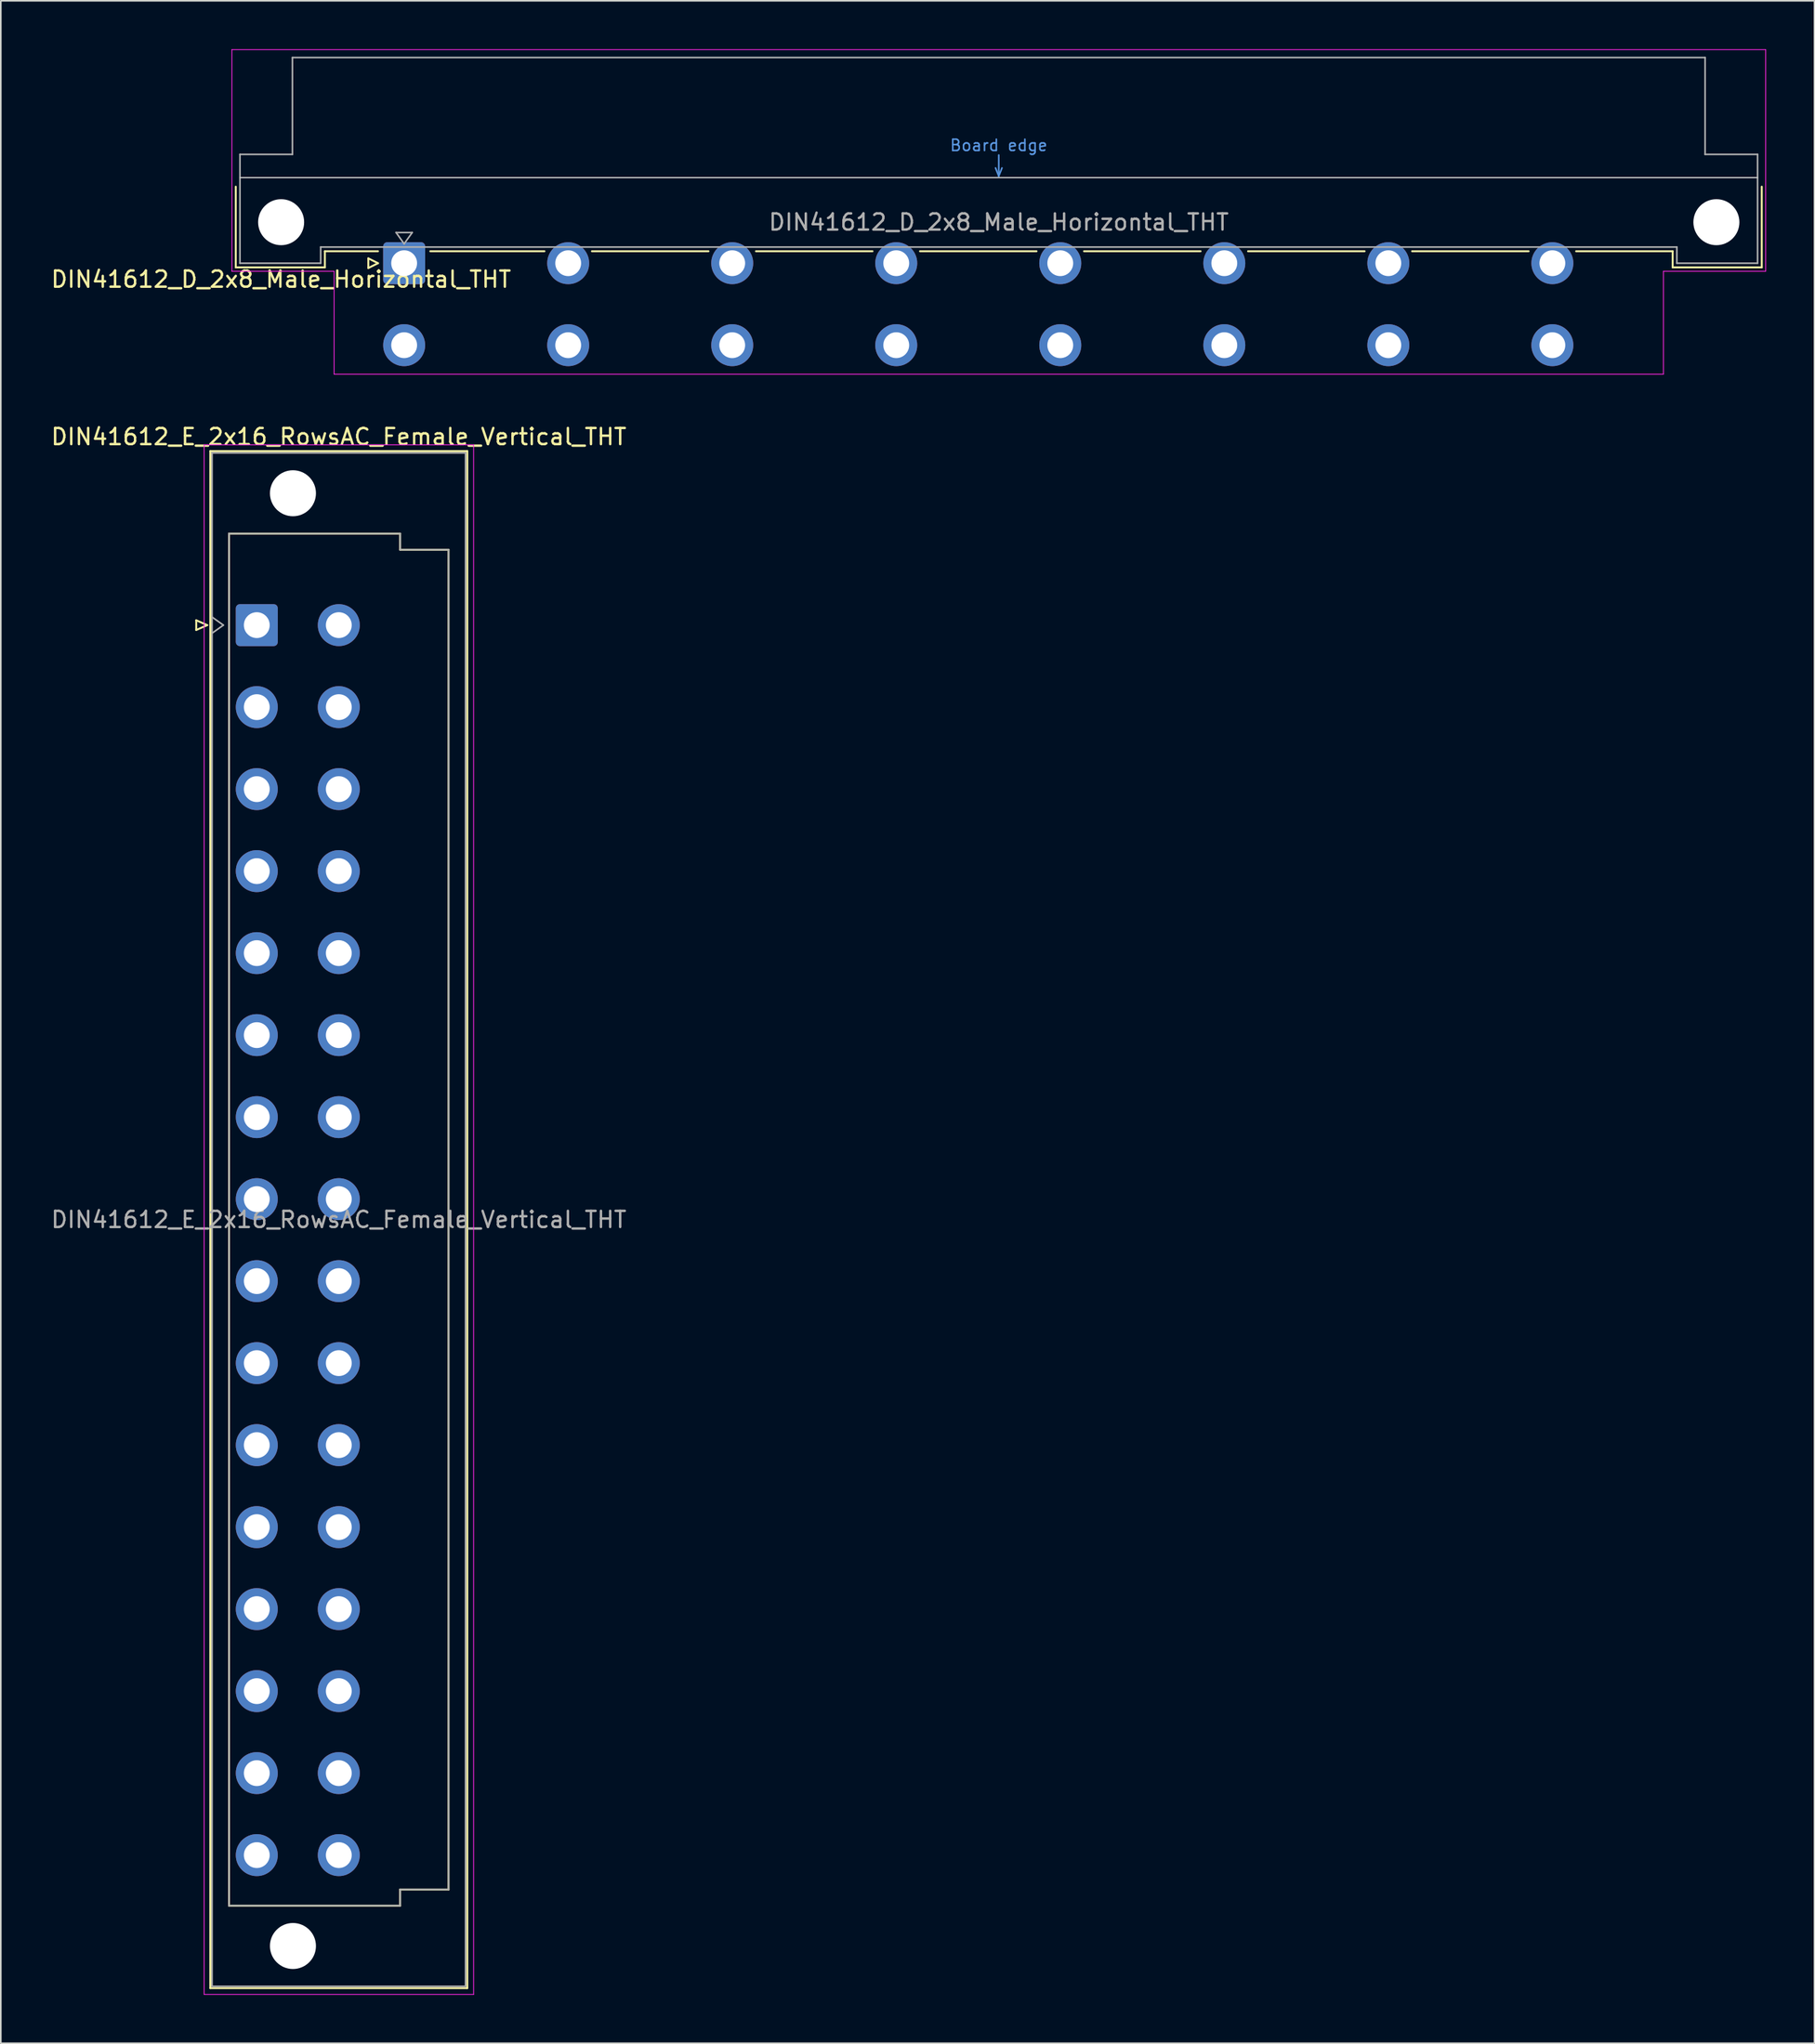
<source format=kicad_pcb>
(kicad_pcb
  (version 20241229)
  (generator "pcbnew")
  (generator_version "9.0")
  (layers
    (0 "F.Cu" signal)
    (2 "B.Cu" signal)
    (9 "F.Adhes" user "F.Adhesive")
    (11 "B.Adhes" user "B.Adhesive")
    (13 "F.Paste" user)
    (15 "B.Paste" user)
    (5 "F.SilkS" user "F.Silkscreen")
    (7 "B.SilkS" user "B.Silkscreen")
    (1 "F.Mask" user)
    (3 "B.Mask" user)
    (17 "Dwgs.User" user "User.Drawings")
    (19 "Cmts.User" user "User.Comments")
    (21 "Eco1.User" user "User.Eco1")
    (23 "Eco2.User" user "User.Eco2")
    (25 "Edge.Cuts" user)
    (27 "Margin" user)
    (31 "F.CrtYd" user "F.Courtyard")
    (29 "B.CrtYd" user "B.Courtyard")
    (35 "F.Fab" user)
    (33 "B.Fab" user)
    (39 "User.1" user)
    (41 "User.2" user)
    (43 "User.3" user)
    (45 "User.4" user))
  (footprint "DIN41612_D_2x8_Male_Horizontal_THT"
    (layer "F.Cu")
    (at 19.443 13.255)
    (property "Reference" "DIN41612_D_2x8_Male_Horizontal_THT" (at -5.08 1 0) (layer "F.SilkS") (effects (font (size 1 1) (thickness 0.15))))
    (attr through_hole)
    (fp_line (start -7.89 -4.74) (end -7.89 0.26) (stroke (width 0.12) (type solid)) (layer "F.SilkS"))
    (fp_line (start -7.89 0.26) (end -2.37 0.26) (stroke (width 0.12) (type solid)) (layer "F.SilkS"))
    (fp_line (start -2.371 -0.74) (end 0.92 -0.74) (stroke (width 0.12) (type solid)) (layer "F.SilkS"))
    (fp_line (start -2.37 0.26) (end -2.37 -0.74) (stroke (width 0.12) (type solid)) (layer "F.SilkS"))
    (fp_line (start 0.32 -0.3) (end 0.32 0.3) (stroke (width 0.12) (type solid)) (layer "F.SilkS"))
    (fp_line (start 0.32 0.3) (end 0.92 0) (stroke (width 0.12) (type solid)) (layer "F.SilkS"))
    (fp_line (start 0.92 0) (end 0.32 -0.3) (stroke (width 0.12) (type solid)) (layer "F.SilkS"))
    (fp_line (start 4.16 -0.74) (end 11.229 -0.74) (stroke (width 0.12) (type solid)) (layer "F.SilkS"))
    (fp_line (start 14.172 -0.74) (end 21.389 -0.74) (stroke (width 0.12) (type solid)) (layer "F.SilkS"))
    (fp_line (start 24.332 -0.74) (end 31.549 -0.74) (stroke (width 0.12) (type solid)) (layer "F.SilkS"))
    (fp_line (start 34.492 -0.74) (end 41.709 -0.74) (stroke (width 0.12) (type solid)) (layer "F.SilkS"))
    (fp_line (start 44.652 -0.74) (end 51.869 -0.74) (stroke (width 0.12) (type solid)) (layer "F.SilkS"))
    (fp_line (start 54.812 -0.74) (end 62.029 -0.74) (stroke (width 0.12) (type solid)) (layer "F.SilkS"))
    (fp_line (start 64.972 -0.74) (end 72.189 -0.74) (stroke (width 0.12) (type solid)) (layer "F.SilkS"))
    (fp_line (start 75.132 -0.74) (end 81.11 -0.74) (stroke (width 0.12) (type solid)) (layer "F.SilkS"))
    (fp_line (start 81.11 0.26) (end 81.11 -0.74) (stroke (width 0.12) (type solid)) (layer "F.SilkS"))
    (fp_line (start 86.63 -4.74) (end 86.63 0.26) (stroke (width 0.12) (type solid)) (layer "F.SilkS"))
    (fp_line (start 86.63 0.26) (end 81.11 0.26) (stroke (width 0.12) (type solid)) (layer "F.SilkS"))
    (fp_line (start -7.63 -5.3) (end 86.37 -5.3) (stroke (width 0.08) (type solid)) (layer "Dwgs.User"))
    (fp_line (start 39.17 -5.9) (end 39.37 -5.4) (stroke (width 0.1) (type solid)) (layer "Cmts.User"))
    (fp_line (start 39.37 -5.4) (end 39.37 -6.7) (stroke (width 0.1) (type solid)) (layer "Cmts.User"))
    (fp_line (start 39.37 -5.4) (end 39.57 -5.9) (stroke (width 0.1) (type solid)) (layer "Cmts.User"))
    (fp_line (start -8.13 -13.23) (end -8.13 0.5) (stroke (width 0.05) (type solid)) (layer "F.CrtYd"))
    (fp_line (start -8.13 0.5) (end -1.8 0.5) (stroke (width 0.05) (type solid)) (layer "F.CrtYd"))
    (fp_line (start -1.8 0.5) (end -1.8 6.88) (stroke (width 0.05) (type solid)) (layer "F.CrtYd"))
    (fp_line (start -1.8 6.88) (end 80.54 6.88) (stroke (width 0.05) (type solid)) (layer "F.CrtYd"))
    (fp_line (start 80.54 0.5) (end 86.87 0.5) (stroke (width 0.05) (type solid)) (layer "F.CrtYd"))
    (fp_line (start 80.54 6.88) (end 80.54 0.5) (stroke (width 0.05) (type solid)) (layer "F.CrtYd"))
    (fp_line (start 86.87 -13.23) (end -8.13 -13.23) (stroke (width 0.05) (type solid)) (layer "F.CrtYd"))
    (fp_line (start 86.87 0.5) (end 86.87 -13.23) (stroke (width 0.05) (type solid)) (layer "F.CrtYd"))
    (fp_line (start -7.63 -6.74) (end -7.63 0) (stroke (width 0.1) (type solid)) (layer "F.Fab"))
    (fp_line (start -7.63 0) (end -2.63 0) (stroke (width 0.1) (type solid)) (layer "F.Fab"))
    (fp_line (start -4.38 -12.74) (end -4.38 -6.74) (stroke (width 0.1) (type solid)) (layer "F.Fab"))
    (fp_line (start -4.38 -6.74) (end -7.63 -6.74) (stroke (width 0.1) (type solid)) (layer "F.Fab"))
    (fp_line (start -2.63 -1) (end 81.37 -1) (stroke (width 0.1) (type solid)) (layer "F.Fab"))
    (fp_line (start -2.63 0) (end -2.63 -1) (stroke (width 0.1) (type solid)) (layer "F.Fab"))
    (fp_line (start 2.04 -1.9) (end 3.04 -1.9) (stroke (width 0.1) (type solid)) (layer "F.Fab"))
    (fp_line (start 2.54 -1.2) (end 2.04 -1.9) (stroke (width 0.1) (type solid)) (layer "F.Fab"))
    (fp_line (start 3.04 -1.9) (end 2.54 -1.2) (stroke (width 0.1) (type solid)) (layer "F.Fab"))
    (fp_line (start 81.37 -1) (end 81.37 0) (stroke (width 0.1) (type solid)) (layer "F.Fab"))
    (fp_line (start 81.37 0) (end 86.37 0) (stroke (width 0.1) (type solid)) (layer "F.Fab"))
    (fp_line (start 83.12 -12.74) (end -4.38 -12.74) (stroke (width 0.1) (type solid)) (layer "F.Fab"))
    (fp_line (start 83.12 -6.74) (end 83.12 -12.74) (stroke (width 0.1) (type solid)) (layer "F.Fab"))
    (fp_line (start 86.37 -6.74) (end 83.12 -6.74) (stroke (width 0.1) (type solid)) (layer "F.Fab"))
    (fp_line (start 86.37 0) (end 86.37 -6.74) (stroke (width 0.1) (type solid)) (layer "F.Fab"))
    (fp_text user "Board edge" (at 39.37 -7.3 0) (layer "Cmts.User") (effects (font (size 0.7 0.7) (thickness 0.1))))
    (fp_text user "${REFERENCE}" (at 39.37 -2.54 0) (layer "F.Fab") (effects (font (size 1 1) (thickness 0.15))))
    (pad "" np_thru_hole circle (at -5.08 -2.54) (size 2.85 2.85) (drill 2.85) (layers "*.Cu" "*.Mask"))
    (pad "" np_thru_hole circle (at 83.82 -2.54) (size 2.85 2.85) (drill 2.85) (layers "*.Cu" "*.Mask"))
    (pad "a2" thru_hole roundrect (at 2.54 0) (size 2.6 2.6) (drill 1.6) (layers "*.Cu" "*.Mask") (roundrect_rratio 0.096))
    (pad "a6" thru_hole circle (at 12.7 0) (size 2.6 2.6) (drill 1.6) (layers "*.Cu" "*.Mask"))
    (pad "a10" thru_hole circle (at 22.86 0) (size 2.6 2.6) (drill 1.6) (layers "*.Cu" "*.Mask"))
    (pad "a14" thru_hole circle (at 33.02 0) (size 2.6 2.6) (drill 1.6) (layers "*.Cu" "*.Mask"))
    (pad "a18" thru_hole circle (at 43.18 0) (size 2.6 2.6) (drill 1.6) (layers "*.Cu" "*.Mask"))
    (pad "a22" thru_hole circle (at 53.34 0) (size 2.6 2.6) (drill 1.6) (layers "*.Cu" "*.Mask"))
    (pad "a26" thru_hole circle (at 63.5 0) (size 2.6 2.6) (drill 1.6) (layers "*.Cu" "*.Mask"))
    (pad "a30" thru_hole circle (at 73.66 0) (size 2.6 2.6) (drill 1.6) (layers "*.Cu" "*.Mask"))
    (pad "c2" thru_hole circle (at 2.54 5.08) (size 2.6 2.6) (drill 1.6) (layers "*.Cu" "*.Mask"))
    (pad "c6" thru_hole circle (at 12.7 5.08) (size 2.6 2.6) (drill 1.6) (layers "*.Cu" "*.Mask"))
    (pad "c10" thru_hole circle (at 22.86 5.08) (size 2.6 2.6) (drill 1.6) (layers "*.Cu" "*.Mask"))
    (pad "c14" thru_hole circle (at 33.02 5.08) (size 2.6 2.6) (drill 1.6) (layers "*.Cu" "*.Mask"))
    (pad "c18" thru_hole circle (at 43.18 5.08) (size 2.6 2.6) (drill 1.6) (layers "*.Cu" "*.Mask"))
    (pad "c22" thru_hole circle (at 53.34 5.08) (size 2.6 2.6) (drill 1.6) (layers "*.Cu" "*.Mask"))
    (pad "c26" thru_hole circle (at 63.5 5.08) (size 2.6 2.6) (drill 1.6) (layers "*.Cu" "*.Mask"))
    (pad "c30" thru_hole circle (at 73.66 5.08) (size 2.6 2.6) (drill 1.6) (layers "*.Cu" "*.Mask")))
  (footprint "DIN41612_E_2x16_RowsAC_Female_Vertical_THT"
    (layer "F.Cu")
    (at 12.855 33.138)
    (property "Reference" "DIN41612_E_2x16_RowsAC_Female_Vertical_THT" (at 5.08 -9.13 0) (layer "F.SilkS") (effects (font (size 1 1) (thickness 0.15))))
    (attr through_hole)
    (fp_line (start -3.75 2.24) (end -3.75 2.84) (stroke (width 0.12) (type solid)) (layer "F.SilkS"))
    (fp_line (start -3.75 2.84) (end -3.07 2.54) (stroke (width 0.12) (type solid)) (layer "F.SilkS"))
    (fp_line (start -3.07 2.54) (end -3.75 2.24) (stroke (width 0.12) (type solid)) (layer "F.SilkS"))
    (fp_line (start -2.88 -8.24) (end 13.04 -8.24) (stroke (width 0.12) (type solid)) (layer "F.SilkS"))
    (fp_line (start -2.88 86.98) (end -2.88 -8.24) (stroke (width 0.12) (type solid)) (layer "F.SilkS"))
    (fp_line (start -1.72 -3.131) (end 8.88 -3.131) (stroke (width 0.12) (type solid)) (layer "F.SilkS"))
    (fp_line (start -1.72 81.87) (end -1.72 -3.131) (stroke (width 0.12) (type solid)) (layer "F.SilkS"))
    (fp_line (start 8.88 -3.131) (end 8.88 -2.131) (stroke (width 0.12) (type solid)) (layer "F.SilkS"))
    (fp_line (start 8.88 -2.131) (end 11.88 -2.131) (stroke (width 0.12) (type solid)) (layer "F.SilkS"))
    (fp_line (start 8.88 80.87) (end 8.88 81.87) (stroke (width 0.12) (type solid)) (layer "F.SilkS"))
    (fp_line (start 8.88 81.87) (end -1.72 81.87) (stroke (width 0.12) (type solid)) (layer "F.SilkS"))
    (fp_line (start 11.88 -2.131) (end 11.88 80.87) (stroke (width 0.12) (type solid)) (layer "F.SilkS"))
    (fp_line (start 11.88 80.87) (end 8.88 80.87) (stroke (width 0.12) (type solid)) (layer "F.SilkS"))
    (fp_line (start 13.04 -8.24) (end 13.04 86.98) (stroke (width 0.12) (type solid)) (layer "F.SilkS"))
    (fp_line (start 13.04 86.98) (end -2.88 86.98) (stroke (width 0.12) (type solid)) (layer "F.SilkS"))
    (fp_line (start -3.26 -8.63) (end 13.43 -8.63) (stroke (width 0.05) (type solid)) (layer "F.CrtYd"))
    (fp_line (start -3.26 87.37) (end -3.26 -8.63) (stroke (width 0.05) (type solid)) (layer "F.CrtYd"))
    (fp_line (start 13.43 -8.63) (end 13.43 87.37) (stroke (width 0.05) (type solid)) (layer "F.CrtYd"))
    (fp_line (start 13.43 87.37) (end -3.26 87.37) (stroke (width 0.05) (type solid)) (layer "F.CrtYd"))
    (fp_line (start -2.77 -8.13) (end 12.93 -8.13) (stroke (width 0.1) (type solid)) (layer "F.Fab"))
    (fp_line (start -2.77 2.04) (end -2.07 2.54) (stroke (width 0.1) (type solid)) (layer "F.Fab"))
    (fp_line (start -2.77 86.87) (end -2.77 -8.13) (stroke (width 0.1) (type solid)) (layer "F.Fab"))
    (fp_line (start -2.07 2.54) (end -2.77 3.04) (stroke (width 0.1) (type solid)) (layer "F.Fab"))
    (fp_line (start -1.72 -3.13) (end 8.88 -3.13) (stroke (width 0.1) (type solid)) (layer "F.Fab"))
    (fp_line (start -1.72 81.87) (end -1.72 -3.13) (stroke (width 0.1) (type solid)) (layer "F.Fab"))
    (fp_line (start 8.88 -3.13) (end 8.88 -2.13) (stroke (width 0.1) (type solid)) (layer "F.Fab"))
    (fp_line (start 8.88 -2.13) (end 11.88 -2.13) (stroke (width 0.1) (type solid)) (layer "F.Fab"))
    (fp_line (start 8.88 80.87) (end 8.88 81.87) (stroke (width 0.1) (type solid)) (layer "F.Fab"))
    (fp_line (start 8.88 81.87) (end -1.72 81.87) (stroke (width 0.1) (type solid)) (layer "F.Fab"))
    (fp_line (start 11.88 -2.13) (end 11.88 80.87) (stroke (width 0.1) (type solid)) (layer "F.Fab"))
    (fp_line (start 11.88 80.87) (end 8.88 80.87) (stroke (width 0.1) (type solid)) (layer "F.Fab"))
    (fp_line (start 12.93 -8.13) (end 12.93 86.87) (stroke (width 0.1) (type solid)) (layer "F.Fab"))
    (fp_line (start 12.93 86.87) (end -2.77 86.87) (stroke (width 0.1) (type solid)) (layer "F.Fab"))
    (fp_text user "${REFERENCE}" (at 5.08 39.37 0) (layer "F.Fab") (effects (font (size 1 1) (thickness 0.15))))
    (pad "" np_thru_hole circle (at 2.24 -5.63) (size 2.85 2.85) (drill 2.85) (layers "*.Cu" "*.Mask"))
    (pad "" np_thru_hole circle (at 2.24 84.37) (size 2.85 2.85) (drill 2.85) (layers "*.Cu" "*.Mask"))
    (pad "a2" thru_hole roundrect (at 0 2.54) (size 2.6 2.6) (drill 1.6) (layers "*.Cu" "*.Mask") (roundrect_rratio 0.096))
    (pad "a4" thru_hole circle (at 0 7.62) (size 2.6 2.6) (drill 1.6) (layers "*.Cu" "*.Mask"))
    (pad "a6" thru_hole circle (at 0 12.7) (size 2.6 2.6) (drill 1.6) (layers "*.Cu" "*.Mask"))
    (pad "a8" thru_hole circle (at 0 17.78) (size 2.6 2.6) (drill 1.6) (layers "*.Cu" "*.Mask"))
    (pad "a10" thru_hole circle (at 0 22.86) (size 2.6 2.6) (drill 1.6) (layers "*.Cu" "*.Mask"))
    (pad "a12" thru_hole circle (at 0 27.94) (size 2.6 2.6) (drill 1.6) (layers "*.Cu" "*.Mask"))
    (pad "a14" thru_hole circle (at 0 33.02) (size 2.6 2.6) (drill 1.6) (layers "*.Cu" "*.Mask"))
    (pad "a16" thru_hole circle (at 0 38.1) (size 2.6 2.6) (drill 1.6) (layers "*.Cu" "*.Mask"))
    (pad "a18" thru_hole circle (at 0 43.18) (size 2.6 2.6) (drill 1.6) (layers "*.Cu" "*.Mask"))
    (pad "a20" thru_hole circle (at 0 48.26) (size 2.6 2.6) (drill 1.6) (layers "*.Cu" "*.Mask"))
    (pad "a22" thru_hole circle (at 0 53.34) (size 2.6 2.6) (drill 1.6) (layers "*.Cu" "*.Mask"))
    (pad "a24" thru_hole circle (at 0 58.42) (size 2.6 2.6) (drill 1.6) (layers "*.Cu" "*.Mask"))
    (pad "a26" thru_hole circle (at 0 63.5) (size 2.6 2.6) (drill 1.6) (layers "*.Cu" "*.Mask"))
    (pad "a28" thru_hole circle (at 0 68.58) (size 2.6 2.6) (drill 1.6) (layers "*.Cu" "*.Mask"))
    (pad "a30" thru_hole circle (at 0 73.66) (size 2.6 2.6) (drill 1.6) (layers "*.Cu" "*.Mask"))
    (pad "a32" thru_hole circle (at 0 78.74) (size 2.6 2.6) (drill 1.6) (layers "*.Cu" "*.Mask"))
    (pad "c2" thru_hole circle (at 5.08 2.54) (size 2.6 2.6) (drill 1.6) (layers "*.Cu" "*.Mask"))
    (pad "c4" thru_hole circle (at 5.08 7.62) (size 2.6 2.6) (drill 1.6) (layers "*.Cu" "*.Mask"))
    (pad "c6" thru_hole circle (at 5.08 12.7) (size 2.6 2.6) (drill 1.6) (layers "*.Cu" "*.Mask"))
    (pad "c8" thru_hole circle (at 5.08 17.78) (size 2.6 2.6) (drill 1.6) (layers "*.Cu" "*.Mask"))
    (pad "c10" thru_hole circle (at 5.08 22.86) (size 2.6 2.6) (drill 1.6) (layers "*.Cu" "*.Mask"))
    (pad "c12" thru_hole circle (at 5.08 27.94) (size 2.6 2.6) (drill 1.6) (layers "*.Cu" "*.Mask"))
    (pad "c14" thru_hole circle (at 5.08 33.02) (size 2.6 2.6) (drill 1.6) (layers "*.Cu" "*.Mask"))
    (pad "c16" thru_hole circle (at 5.08 38.1) (size 2.6 2.6) (drill 1.6) (layers "*.Cu" "*.Mask"))
    (pad "c18" thru_hole circle (at 5.08 43.18) (size 2.6 2.6) (drill 1.6) (layers "*.Cu" "*.Mask"))
    (pad "c20" thru_hole circle (at 5.08 48.26) (size 2.6 2.6) (drill 1.6) (layers "*.Cu" "*.Mask"))
    (pad "c22" thru_hole circle (at 5.08 53.34) (size 2.6 2.6) (drill 1.6) (layers "*.Cu" "*.Mask"))
    (pad "c24" thru_hole circle (at 5.08 58.42) (size 2.6 2.6) (drill 1.6) (layers "*.Cu" "*.Mask"))
    (pad "c26" thru_hole circle (at 5.08 63.5) (size 2.6 2.6) (drill 1.6) (layers "*.Cu" "*.Mask"))
    (pad "c28" thru_hole circle (at 5.08 68.58) (size 2.6 2.6) (drill 1.6) (layers "*.Cu" "*.Mask"))
    (pad "c30" thru_hole circle (at 5.08 73.66) (size 2.6 2.6) (drill 1.6) (layers "*.Cu" "*.Mask"))
    (pad "c32" thru_hole circle (at 5.08 78.74) (size 2.6 2.6) (drill 1.6) (layers "*.Cu" "*.Mask")))
  (gr_rect
    (start -3 -3)
    (end 109.338 123.533)
    (stroke (width 0.1) (type default))
    (fill no)
    (layer "Edge.Cuts")))
</source>
